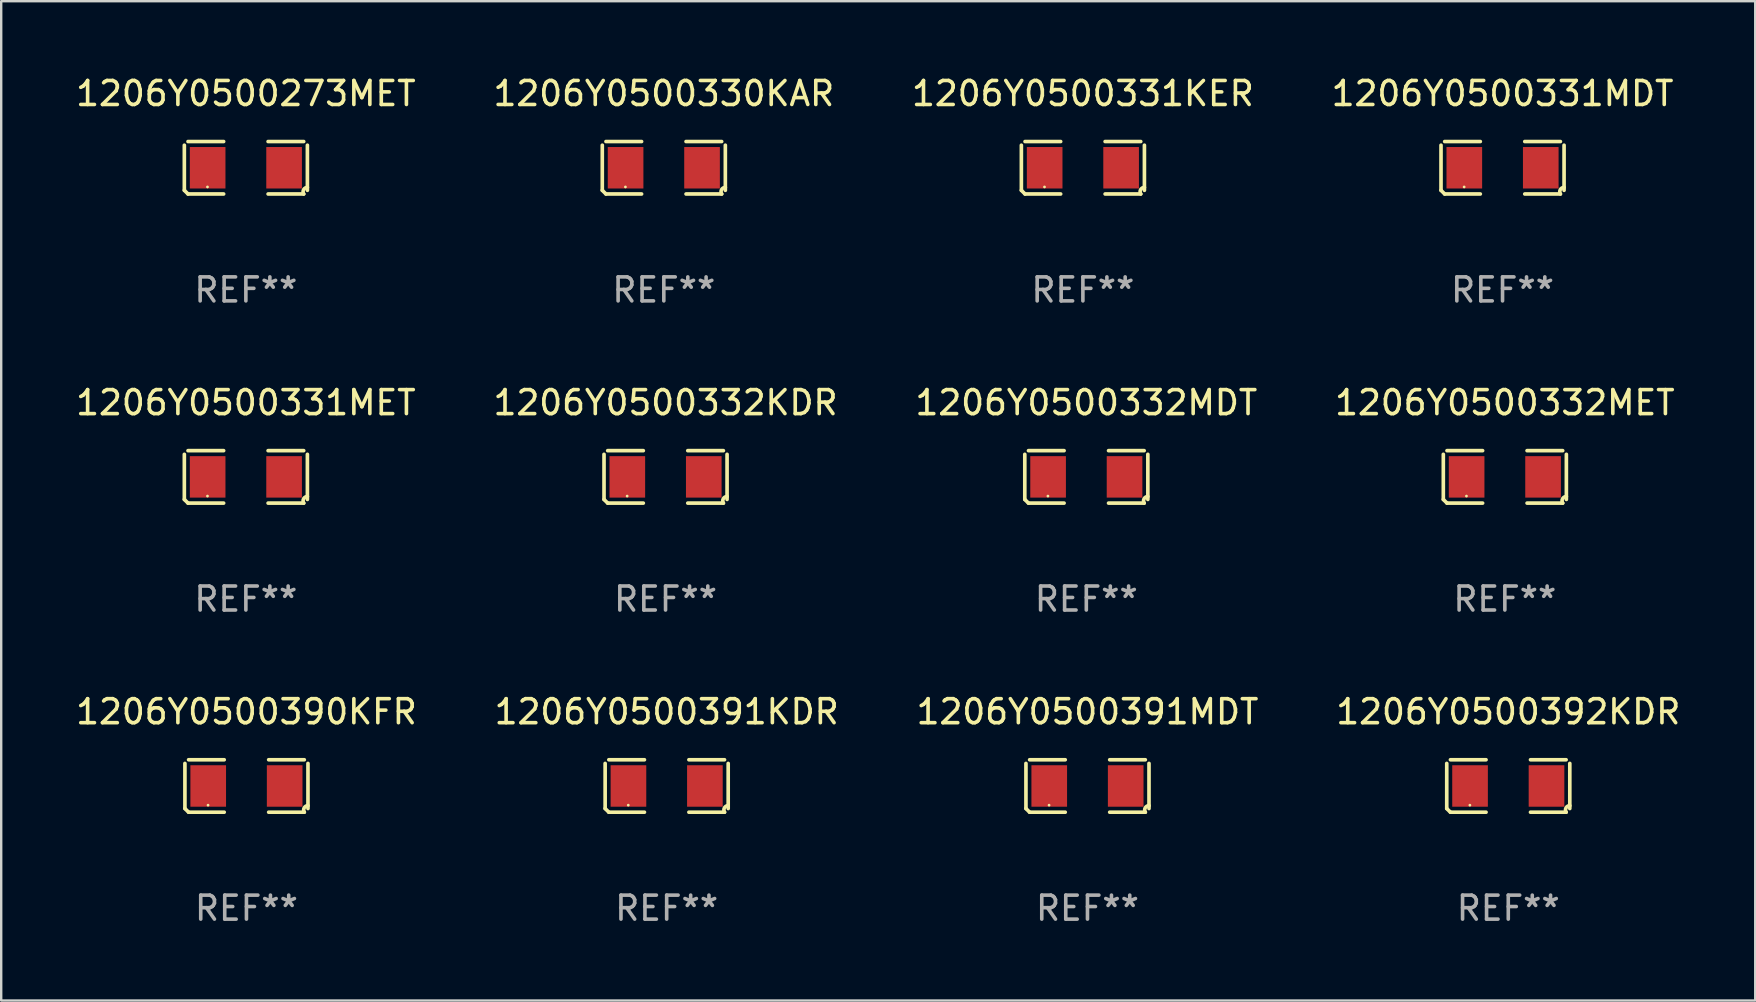
<source format=kicad_pcb>
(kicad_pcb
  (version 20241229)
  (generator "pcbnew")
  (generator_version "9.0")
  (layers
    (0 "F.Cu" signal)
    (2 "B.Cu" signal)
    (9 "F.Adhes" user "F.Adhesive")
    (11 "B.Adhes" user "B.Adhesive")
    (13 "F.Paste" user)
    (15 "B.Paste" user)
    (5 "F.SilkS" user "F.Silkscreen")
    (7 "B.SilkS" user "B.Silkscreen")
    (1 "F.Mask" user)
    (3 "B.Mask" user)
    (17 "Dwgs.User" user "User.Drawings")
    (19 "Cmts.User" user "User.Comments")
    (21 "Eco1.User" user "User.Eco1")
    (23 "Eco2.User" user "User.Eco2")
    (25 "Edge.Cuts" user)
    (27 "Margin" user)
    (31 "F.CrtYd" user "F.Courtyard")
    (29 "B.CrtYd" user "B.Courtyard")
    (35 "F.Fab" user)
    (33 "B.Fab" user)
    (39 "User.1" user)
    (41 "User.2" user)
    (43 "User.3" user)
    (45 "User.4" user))
  (footprint "1206Y0500391KDR"
    (layer "F.Cu")
    (at 24.732 29.704)
    (property "Reference" "1206Y0500391KDR" (at 0 -3.093 0) (layer "F.SilkS") (effects (font (size 1 1) (thickness 0.15))))
    (attr through_hole)
    (fp_line (start -2.564 0.94) (end -2.564 -0.94) (stroke (width 0.152) (type solid)) (layer "F.SilkS"))
    (fp_line (start -2.411 -1.093) (end -0.926 -1.093) (stroke (width 0.152) (type solid)) (layer "F.SilkS"))
    (fp_line (start -0.926 1.093) (end -2.411 1.093) (stroke (width 0.152) (type solid)) (layer "F.SilkS"))
    (fp_line (start 0.926 1.093) (end 2.411 1.093) (stroke (width 0.152) (type solid)) (layer "F.SilkS"))
    (fp_line (start 2.411 -1.093) (end 0.926 -1.093) (stroke (width 0.152) (type solid)) (layer "F.SilkS"))
    (fp_line (start 2.564 0.94) (end 2.564 -0.94) (stroke (width 0.152) (type solid)) (layer "F.SilkS"))
    (fp_arc (start -2.411201 1.092609) (mid -2.487413 1.01642) (end -2.563602 0.940208) (stroke (width 0.1524) (type solid)) (layer "F.SilkS"))
    (fp_arc (start 2.411201 1.092609) (mid 2.407159 0.911226) (end 2.563602 0.819347) (stroke (width 0.1524) (type solid)) (layer "F.SilkS"))
    (fp_circle (center -1.6 0.8) (end -1.57 0.8) (stroke (width 0.06) (type solid)) (fill no) (layer "F.SilkS"))
    (fp_text user "REF**" (at 0 5.093 0) (layer "F.Fab") (effects (font (size 1 1) (thickness 0.15))))
    (pad "1" smd rect (at -1.593 0) (size 1.485 1.728) (layers "F.Cu" "F.Mask" "F.Paste"))
    (pad "2" smd rect (at 1.593 0) (size 1.485 1.728) (layers "F.Cu" "F.Mask" "F.Paste")))
  (footprint "1206Y0500331MET"
    (layer "F.Cu")
    (at 7.196 16.823)
    (property "Reference" "1206Y0500331MET" (at 0 -3.093 0) (layer "F.SilkS") (effects (font (size 1 1) (thickness 0.15))))
    (attr through_hole)
    (fp_line (start -2.564 0.94) (end -2.564 -0.94) (stroke (width 0.152) (type solid)) (layer "F.SilkS"))
    (fp_line (start -2.411 -1.093) (end -0.926 -1.093) (stroke (width 0.152) (type solid)) (layer "F.SilkS"))
    (fp_line (start -0.926 1.093) (end -2.411 1.093) (stroke (width 0.152) (type solid)) (layer "F.SilkS"))
    (fp_line (start 0.926 1.093) (end 2.411 1.093) (stroke (width 0.152) (type solid)) (layer "F.SilkS"))
    (fp_line (start 2.411 -1.093) (end 0.926 -1.093) (stroke (width 0.152) (type solid)) (layer "F.SilkS"))
    (fp_line (start 2.564 0.94) (end 2.564 -0.94) (stroke (width 0.152) (type solid)) (layer "F.SilkS"))
    (fp_arc (start -2.411201 1.092609) (mid -2.487413 1.01642) (end -2.563602 0.940208) (stroke (width 0.1524) (type solid)) (layer "F.SilkS"))
    (fp_arc (start 2.411201 1.092609) (mid 2.407159 0.911226) (end 2.563602 0.819347) (stroke (width 0.1524) (type solid)) (layer "F.SilkS"))
    (fp_circle (center -1.6 0.8) (end -1.57 0.8) (stroke (width 0.06) (type solid)) (fill no) (layer "F.SilkS"))
    (fp_text user "REF**" (at 0 5.093 0) (layer "F.Fab") (effects (font (size 1 1) (thickness 0.15))))
    (pad "1" smd rect (at -1.593 0) (size 1.485 1.728) (layers "F.Cu" "F.Mask" "F.Paste"))
    (pad "2" smd rect (at 1.593 0) (size 1.485 1.728) (layers "F.Cu" "F.Mask" "F.Paste")))
  (footprint "1206Y0500332MDT"
    (layer "F.Cu")
    (at 42.22 16.823)
    (property "Reference" "1206Y0500332MDT" (at 0 -3.093 0) (layer "F.SilkS") (effects (font (size 1 1) (thickness 0.15))))
    (attr through_hole)
    (fp_line (start -2.564 0.94) (end -2.564 -0.94) (stroke (width 0.152) (type solid)) (layer "F.SilkS"))
    (fp_line (start -2.411 -1.093) (end -0.926 -1.093) (stroke (width 0.152) (type solid)) (layer "F.SilkS"))
    (fp_line (start -0.926 1.093) (end -2.411 1.093) (stroke (width 0.152) (type solid)) (layer "F.SilkS"))
    (fp_line (start 0.926 1.093) (end 2.411 1.093) (stroke (width 0.152) (type solid)) (layer "F.SilkS"))
    (fp_line (start 2.411 -1.093) (end 0.926 -1.093) (stroke (width 0.152) (type solid)) (layer "F.SilkS"))
    (fp_line (start 2.564 0.94) (end 2.564 -0.94) (stroke (width 0.152) (type solid)) (layer "F.SilkS"))
    (fp_arc (start -2.411201 1.092609) (mid -2.487413 1.01642) (end -2.563602 0.940208) (stroke (width 0.1524) (type solid)) (layer "F.SilkS"))
    (fp_arc (start 2.411201 1.092609) (mid 2.407159 0.911226) (end 2.563602 0.819347) (stroke (width 0.1524) (type solid)) (layer "F.SilkS"))
    (fp_circle (center -1.6 0.8) (end -1.57 0.8) (stroke (width 0.06) (type solid)) (fill no) (layer "F.SilkS"))
    (fp_text user "REF**" (at 0 5.093 0) (layer "F.Fab") (effects (font (size 1 1) (thickness 0.15))))
    (pad "1" smd rect (at -1.593 0) (size 1.485 1.728) (layers "F.Cu" "F.Mask" "F.Paste"))
    (pad "2" smd rect (at 1.593 0) (size 1.485 1.728) (layers "F.Cu" "F.Mask" "F.Paste")))
  (footprint "1206Y0500331KER"
    (layer "F.Cu")
    (at 42.077 3.941)
    (property "Reference" "1206Y0500331KER" (at 0 -3.093 0) (layer "F.SilkS") (effects (font (size 1 1) (thickness 0.15))))
    (attr through_hole)
    (fp_line (start -2.564 0.94) (end -2.564 -0.94) (stroke (width 0.152) (type solid)) (layer "F.SilkS"))
    (fp_line (start -2.411 -1.093) (end -0.926 -1.093) (stroke (width 0.152) (type solid)) (layer "F.SilkS"))
    (fp_line (start -0.926 1.093) (end -2.411 1.093) (stroke (width 0.152) (type solid)) (layer "F.SilkS"))
    (fp_line (start 0.926 1.093) (end 2.411 1.093) (stroke (width 0.152) (type solid)) (layer "F.SilkS"))
    (fp_line (start 2.411 -1.093) (end 0.926 -1.093) (stroke (width 0.152) (type solid)) (layer "F.SilkS"))
    (fp_line (start 2.564 0.94) (end 2.564 -0.94) (stroke (width 0.152) (type solid)) (layer "F.SilkS"))
    (fp_arc (start -2.411201 1.092609) (mid -2.487413 1.01642) (end -2.563602 0.940208) (stroke (width 0.1524) (type solid)) (layer "F.SilkS"))
    (fp_arc (start 2.411201 1.092609) (mid 2.407159 0.911226) (end 2.563602 0.819347) (stroke (width 0.1524) (type solid)) (layer "F.SilkS"))
    (fp_circle (center -1.6 0.8) (end -1.57 0.8) (stroke (width 0.06) (type solid)) (fill no) (layer "F.SilkS"))
    (fp_text user "REF**" (at 0 5.093 0) (layer "F.Fab") (effects (font (size 1 1) (thickness 0.15))))
    (pad "1" smd rect (at -1.593 0) (size 1.485 1.728) (layers "F.Cu" "F.Mask" "F.Paste"))
    (pad "2" smd rect (at 1.593 0) (size 1.485 1.728) (layers "F.Cu" "F.Mask" "F.Paste")))
  (footprint "1206Y0500390KFR"
    (layer "F.Cu")
    (at 7.22 29.704)
    (property "Reference" "1206Y0500390KFR" (at 0 -3.093 0) (layer "F.SilkS") (effects (font (size 1 1) (thickness 0.15))))
    (attr through_hole)
    (fp_line (start -2.564 0.94) (end -2.564 -0.94) (stroke (width 0.152) (type solid)) (layer "F.SilkS"))
    (fp_line (start -2.411 -1.093) (end -0.926 -1.093) (stroke (width 0.152) (type solid)) (layer "F.SilkS"))
    (fp_line (start -0.926 1.093) (end -2.411 1.093) (stroke (width 0.152) (type solid)) (layer "F.SilkS"))
    (fp_line (start 0.926 1.093) (end 2.411 1.093) (stroke (width 0.152) (type solid)) (layer "F.SilkS"))
    (fp_line (start 2.411 -1.093) (end 0.926 -1.093) (stroke (width 0.152) (type solid)) (layer "F.SilkS"))
    (fp_line (start 2.564 0.94) (end 2.564 -0.94) (stroke (width 0.152) (type solid)) (layer "F.SilkS"))
    (fp_arc (start -2.411201 1.092609) (mid -2.487413 1.01642) (end -2.563602 0.940208) (stroke (width 0.1524) (type solid)) (layer "F.SilkS"))
    (fp_arc (start 2.411201 1.092609) (mid 2.407159 0.911226) (end 2.563602 0.819347) (stroke (width 0.1524) (type solid)) (layer "F.SilkS"))
    (fp_circle (center -1.6 0.8) (end -1.57 0.8) (stroke (width 0.06) (type solid)) (fill no) (layer "F.SilkS"))
    (fp_text user "REF**" (at 0 5.093 0) (layer "F.Fab") (effects (font (size 1 1) (thickness 0.15))))
    (pad "1" smd rect (at -1.593 0) (size 1.485 1.728) (layers "F.Cu" "F.Mask" "F.Paste"))
    (pad "2" smd rect (at 1.593 0) (size 1.485 1.728) (layers "F.Cu" "F.Mask" "F.Paste")))
  (footprint "1206Y0500330KAR"
    (layer "F.Cu")
    (at 24.613 3.941)
    (property "Reference" "1206Y0500330KAR" (at 0 -3.093 0) (layer "F.SilkS") (effects (font (size 1 1) (thickness 0.15))))
    (attr through_hole)
    (fp_line (start -2.564 0.94) (end -2.564 -0.94) (stroke (width 0.152) (type solid)) (layer "F.SilkS"))
    (fp_line (start -2.411 -1.093) (end -0.926 -1.093) (stroke (width 0.152) (type solid)) (layer "F.SilkS"))
    (fp_line (start -0.926 1.093) (end -2.411 1.093) (stroke (width 0.152) (type solid)) (layer "F.SilkS"))
    (fp_line (start 0.926 1.093) (end 2.411 1.093) (stroke (width 0.152) (type solid)) (layer "F.SilkS"))
    (fp_line (start 2.411 -1.093) (end 0.926 -1.093) (stroke (width 0.152) (type solid)) (layer "F.SilkS"))
    (fp_line (start 2.564 0.94) (end 2.564 -0.94) (stroke (width 0.152) (type solid)) (layer "F.SilkS"))
    (fp_arc (start -2.411201 1.092609) (mid -2.487413 1.01642) (end -2.563602 0.940208) (stroke (width 0.1524) (type solid)) (layer "F.SilkS"))
    (fp_arc (start 2.411201 1.092609) (mid 2.407159 0.911226) (end 2.563602 0.819347) (stroke (width 0.1524) (type solid)) (layer "F.SilkS"))
    (fp_circle (center -1.6 0.8) (end -1.57 0.8) (stroke (width 0.06) (type solid)) (fill no) (layer "F.SilkS"))
    (fp_text user "REF**" (at 0 5.093 0) (layer "F.Fab") (effects (font (size 1 1) (thickness 0.15))))
    (pad "1" smd rect (at -1.593 0) (size 1.485 1.728) (layers "F.Cu" "F.Mask" "F.Paste"))
    (pad "2" smd rect (at 1.593 0) (size 1.485 1.728) (layers "F.Cu" "F.Mask" "F.Paste")))
  (footprint "1206Y0500332MET"
    (layer "F.Cu")
    (at 59.661 16.823)
    (property "Reference" "1206Y0500332MET" (at 0 -3.093 0) (layer "F.SilkS") (effects (font (size 1 1) (thickness 0.15))))
    (attr through_hole)
    (fp_line (start -2.564 0.94) (end -2.564 -0.94) (stroke (width 0.152) (type solid)) (layer "F.SilkS"))
    (fp_line (start -2.411 -1.093) (end -0.926 -1.093) (stroke (width 0.152) (type solid)) (layer "F.SilkS"))
    (fp_line (start -0.926 1.093) (end -2.411 1.093) (stroke (width 0.152) (type solid)) (layer "F.SilkS"))
    (fp_line (start 0.926 1.093) (end 2.411 1.093) (stroke (width 0.152) (type solid)) (layer "F.SilkS"))
    (fp_line (start 2.411 -1.093) (end 0.926 -1.093) (stroke (width 0.152) (type solid)) (layer "F.SilkS"))
    (fp_line (start 2.564 0.94) (end 2.564 -0.94) (stroke (width 0.152) (type solid)) (layer "F.SilkS"))
    (fp_arc (start -2.411201 1.092609) (mid -2.487413 1.01642) (end -2.563602 0.940208) (stroke (width 0.1524) (type solid)) (layer "F.SilkS"))
    (fp_arc (start 2.411201 1.092609) (mid 2.407159 0.911226) (end 2.563602 0.819347) (stroke (width 0.1524) (type solid)) (layer "F.SilkS"))
    (fp_circle (center -1.6 0.8) (end -1.57 0.8) (stroke (width 0.06) (type solid)) (fill no) (layer "F.SilkS"))
    (fp_text user "REF**" (at 0 5.093 0) (layer "F.Fab") (effects (font (size 1 1) (thickness 0.15))))
    (pad "1" smd rect (at -1.593 0) (size 1.485 1.728) (layers "F.Cu" "F.Mask" "F.Paste"))
    (pad "2" smd rect (at 1.593 0) (size 1.485 1.728) (layers "F.Cu" "F.Mask" "F.Paste")))
  (footprint "1206Y0500391MDT"
    (layer "F.Cu")
    (at 42.268 29.704)
    (property "Reference" "1206Y0500391MDT" (at 0 -3.093 0) (layer "F.SilkS") (effects (font (size 1 1) (thickness 0.15))))
    (attr through_hole)
    (fp_line (start -2.564 0.94) (end -2.564 -0.94) (stroke (width 0.152) (type solid)) (layer "F.SilkS"))
    (fp_line (start -2.411 -1.093) (end -0.926 -1.093) (stroke (width 0.152) (type solid)) (layer "F.SilkS"))
    (fp_line (start -0.926 1.093) (end -2.411 1.093) (stroke (width 0.152) (type solid)) (layer "F.SilkS"))
    (fp_line (start 0.926 1.093) (end 2.411 1.093) (stroke (width 0.152) (type solid)) (layer "F.SilkS"))
    (fp_line (start 2.411 -1.093) (end 0.926 -1.093) (stroke (width 0.152) (type solid)) (layer "F.SilkS"))
    (fp_line (start 2.564 0.94) (end 2.564 -0.94) (stroke (width 0.152) (type solid)) (layer "F.SilkS"))
    (fp_arc (start -2.411201 1.092609) (mid -2.487413 1.01642) (end -2.563602 0.940208) (stroke (width 0.1524) (type solid)) (layer "F.SilkS"))
    (fp_arc (start 2.411201 1.092609) (mid 2.407159 0.911226) (end 2.563602 0.819347) (stroke (width 0.1524) (type solid)) (layer "F.SilkS"))
    (fp_circle (center -1.6 0.8) (end -1.57 0.8) (stroke (width 0.06) (type solid)) (fill no) (layer "F.SilkS"))
    (fp_text user "REF**" (at 0 5.093 0) (layer "F.Fab") (effects (font (size 1 1) (thickness 0.15))))
    (pad "1" smd rect (at -1.593 0) (size 1.485 1.728) (layers "F.Cu" "F.Mask" "F.Paste"))
    (pad "2" smd rect (at 1.593 0) (size 1.485 1.728) (layers "F.Cu" "F.Mask" "F.Paste")))
  (footprint "1206Y0500331MDT"
    (layer "F.Cu")
    (at 59.565 3.941)
    (property "Reference" "1206Y0500331MDT" (at 0 -3.093 0) (layer "F.SilkS") (effects (font (size 1 1) (thickness 0.15))))
    (attr through_hole)
    (fp_line (start -2.564 0.94) (end -2.564 -0.94) (stroke (width 0.152) (type solid)) (layer "F.SilkS"))
    (fp_line (start -2.411 -1.093) (end -0.926 -1.093) (stroke (width 0.152) (type solid)) (layer "F.SilkS"))
    (fp_line (start -0.926 1.093) (end -2.411 1.093) (stroke (width 0.152) (type solid)) (layer "F.SilkS"))
    (fp_line (start 0.926 1.093) (end 2.411 1.093) (stroke (width 0.152) (type solid)) (layer "F.SilkS"))
    (fp_line (start 2.411 -1.093) (end 0.926 -1.093) (stroke (width 0.152) (type solid)) (layer "F.SilkS"))
    (fp_line (start 2.564 0.94) (end 2.564 -0.94) (stroke (width 0.152) (type solid)) (layer "F.SilkS"))
    (fp_arc (start -2.411201 1.092609) (mid -2.487413 1.01642) (end -2.563602 0.940208) (stroke (width 0.1524) (type solid)) (layer "F.SilkS"))
    (fp_arc (start 2.411201 1.092609) (mid 2.407159 0.911226) (end 2.563602 0.819347) (stroke (width 0.1524) (type solid)) (layer "F.SilkS"))
    (fp_circle (center -1.6 0.8) (end -1.57 0.8) (stroke (width 0.06) (type solid)) (fill no) (layer "F.SilkS"))
    (fp_text user "REF**" (at 0 5.093 0) (layer "F.Fab") (effects (font (size 1 1) (thickness 0.15))))
    (pad "1" smd rect (at -1.593 0) (size 1.485 1.728) (layers "F.Cu" "F.Mask" "F.Paste"))
    (pad "2" smd rect (at 1.593 0) (size 1.485 1.728) (layers "F.Cu" "F.Mask" "F.Paste")))
  (footprint "1206Y0500392KDR"
    (layer "F.Cu")
    (at 59.804 29.704)
    (property "Reference" "1206Y0500392KDR" (at 0 -3.093 0) (layer "F.SilkS") (effects (font (size 1 1) (thickness 0.15))))
    (attr through_hole)
    (fp_line (start -2.564 0.94) (end -2.564 -0.94) (stroke (width 0.152) (type solid)) (layer "F.SilkS"))
    (fp_line (start -2.411 -1.093) (end -0.926 -1.093) (stroke (width 0.152) (type solid)) (layer "F.SilkS"))
    (fp_line (start -0.926 1.093) (end -2.411 1.093) (stroke (width 0.152) (type solid)) (layer "F.SilkS"))
    (fp_line (start 0.926 1.093) (end 2.411 1.093) (stroke (width 0.152) (type solid)) (layer "F.SilkS"))
    (fp_line (start 2.411 -1.093) (end 0.926 -1.093) (stroke (width 0.152) (type solid)) (layer "F.SilkS"))
    (fp_line (start 2.564 0.94) (end 2.564 -0.94) (stroke (width 0.152) (type solid)) (layer "F.SilkS"))
    (fp_arc (start -2.411201 1.092609) (mid -2.487413 1.01642) (end -2.563602 0.940208) (stroke (width 0.1524) (type solid)) (layer "F.SilkS"))
    (fp_arc (start 2.411201 1.092609) (mid 2.407159 0.911226) (end 2.563602 0.819347) (stroke (width 0.1524) (type solid)) (layer "F.SilkS"))
    (fp_circle (center -1.6 0.8) (end -1.57 0.8) (stroke (width 0.06) (type solid)) (fill no) (layer "F.SilkS"))
    (fp_text user "REF**" (at 0 5.093 0) (layer "F.Fab") (effects (font (size 1 1) (thickness 0.15))))
    (pad "1" smd rect (at -1.593 0) (size 1.485 1.728) (layers "F.Cu" "F.Mask" "F.Paste"))
    (pad "2" smd rect (at 1.593 0) (size 1.485 1.728) (layers "F.Cu" "F.Mask" "F.Paste")))
  (footprint "1206Y0500332KDR"
    (layer "F.Cu")
    (at 24.685 16.823)
    (property "Reference" "1206Y0500332KDR" (at 0 -3.093 0) (layer "F.SilkS") (effects (font (size 1 1) (thickness 0.15))))
    (attr through_hole)
    (fp_line (start -2.564 0.94) (end -2.564 -0.94) (stroke (width 0.152) (type solid)) (layer "F.SilkS"))
    (fp_line (start -2.411 -1.093) (end -0.926 -1.093) (stroke (width 0.152) (type solid)) (layer "F.SilkS"))
    (fp_line (start -0.926 1.093) (end -2.411 1.093) (stroke (width 0.152) (type solid)) (layer "F.SilkS"))
    (fp_line (start 0.926 1.093) (end 2.411 1.093) (stroke (width 0.152) (type solid)) (layer "F.SilkS"))
    (fp_line (start 2.411 -1.093) (end 0.926 -1.093) (stroke (width 0.152) (type solid)) (layer "F.SilkS"))
    (fp_line (start 2.564 0.94) (end 2.564 -0.94) (stroke (width 0.152) (type solid)) (layer "F.SilkS"))
    (fp_arc (start -2.411201 1.092609) (mid -2.487413 1.01642) (end -2.563602 0.940208) (stroke (width 0.1524) (type solid)) (layer "F.SilkS"))
    (fp_arc (start 2.411201 1.092609) (mid 2.407159 0.911226) (end 2.563602 0.819347) (stroke (width 0.1524) (type solid)) (layer "F.SilkS"))
    (fp_circle (center -1.6 0.8) (end -1.57 0.8) (stroke (width 0.06) (type solid)) (fill no) (layer "F.SilkS"))
    (fp_text user "REF**" (at 0 5.093 0) (layer "F.Fab") (effects (font (size 1 1) (thickness 0.15))))
    (pad "1" smd rect (at -1.593 0) (size 1.485 1.728) (layers "F.Cu" "F.Mask" "F.Paste"))
    (pad "2" smd rect (at 1.593 0) (size 1.485 1.728) (layers "F.Cu" "F.Mask" "F.Paste")))
  (footprint "1206Y0500273MET"
    (layer "F.Cu")
    (at 7.196 3.941)
    (property "Reference" "1206Y0500273MET" (at 0 -3.093 0) (layer "F.SilkS") (effects (font (size 1 1) (thickness 0.15))))
    (attr through_hole)
    (fp_line (start -2.564 0.94) (end -2.564 -0.94) (stroke (width 0.152) (type solid)) (layer "F.SilkS"))
    (fp_line (start -2.411 -1.093) (end -0.926 -1.093) (stroke (width 0.152) (type solid)) (layer "F.SilkS"))
    (fp_line (start -0.926 1.093) (end -2.411 1.093) (stroke (width 0.152) (type solid)) (layer "F.SilkS"))
    (fp_line (start 0.926 1.093) (end 2.411 1.093) (stroke (width 0.152) (type solid)) (layer "F.SilkS"))
    (fp_line (start 2.411 -1.093) (end 0.926 -1.093) (stroke (width 0.152) (type solid)) (layer "F.SilkS"))
    (fp_line (start 2.564 0.94) (end 2.564 -0.94) (stroke (width 0.152) (type solid)) (layer "F.SilkS"))
    (fp_arc (start -2.411201 1.092609) (mid -2.487413 1.01642) (end -2.563602 0.940208) (stroke (width 0.1524) (type solid)) (layer "F.SilkS"))
    (fp_arc (start 2.411201 1.092609) (mid 2.407159 0.911226) (end 2.563602 0.819347) (stroke (width 0.1524) (type solid)) (layer "F.SilkS"))
    (fp_circle (center -1.6 0.8) (end -1.57 0.8) (stroke (width 0.06) (type solid)) (fill no) (layer "F.SilkS"))
    (fp_text user "REF**" (at 0 5.093 0) (layer "F.Fab") (effects (font (size 1 1) (thickness 0.15))))
    (pad "1" smd rect (at -1.593 0) (size 1.485 1.728) (layers "F.Cu" "F.Mask" "F.Paste"))
    (pad "2" smd rect (at 1.593 0) (size 1.485 1.728) (layers "F.Cu" "F.Mask" "F.Paste")))
  (gr_rect
    (start -3 -3)
    (end 70.095 38.645)
    (stroke (width 0.1) (type default))
    (fill no)
    (layer "Edge.Cuts")))
</source>
